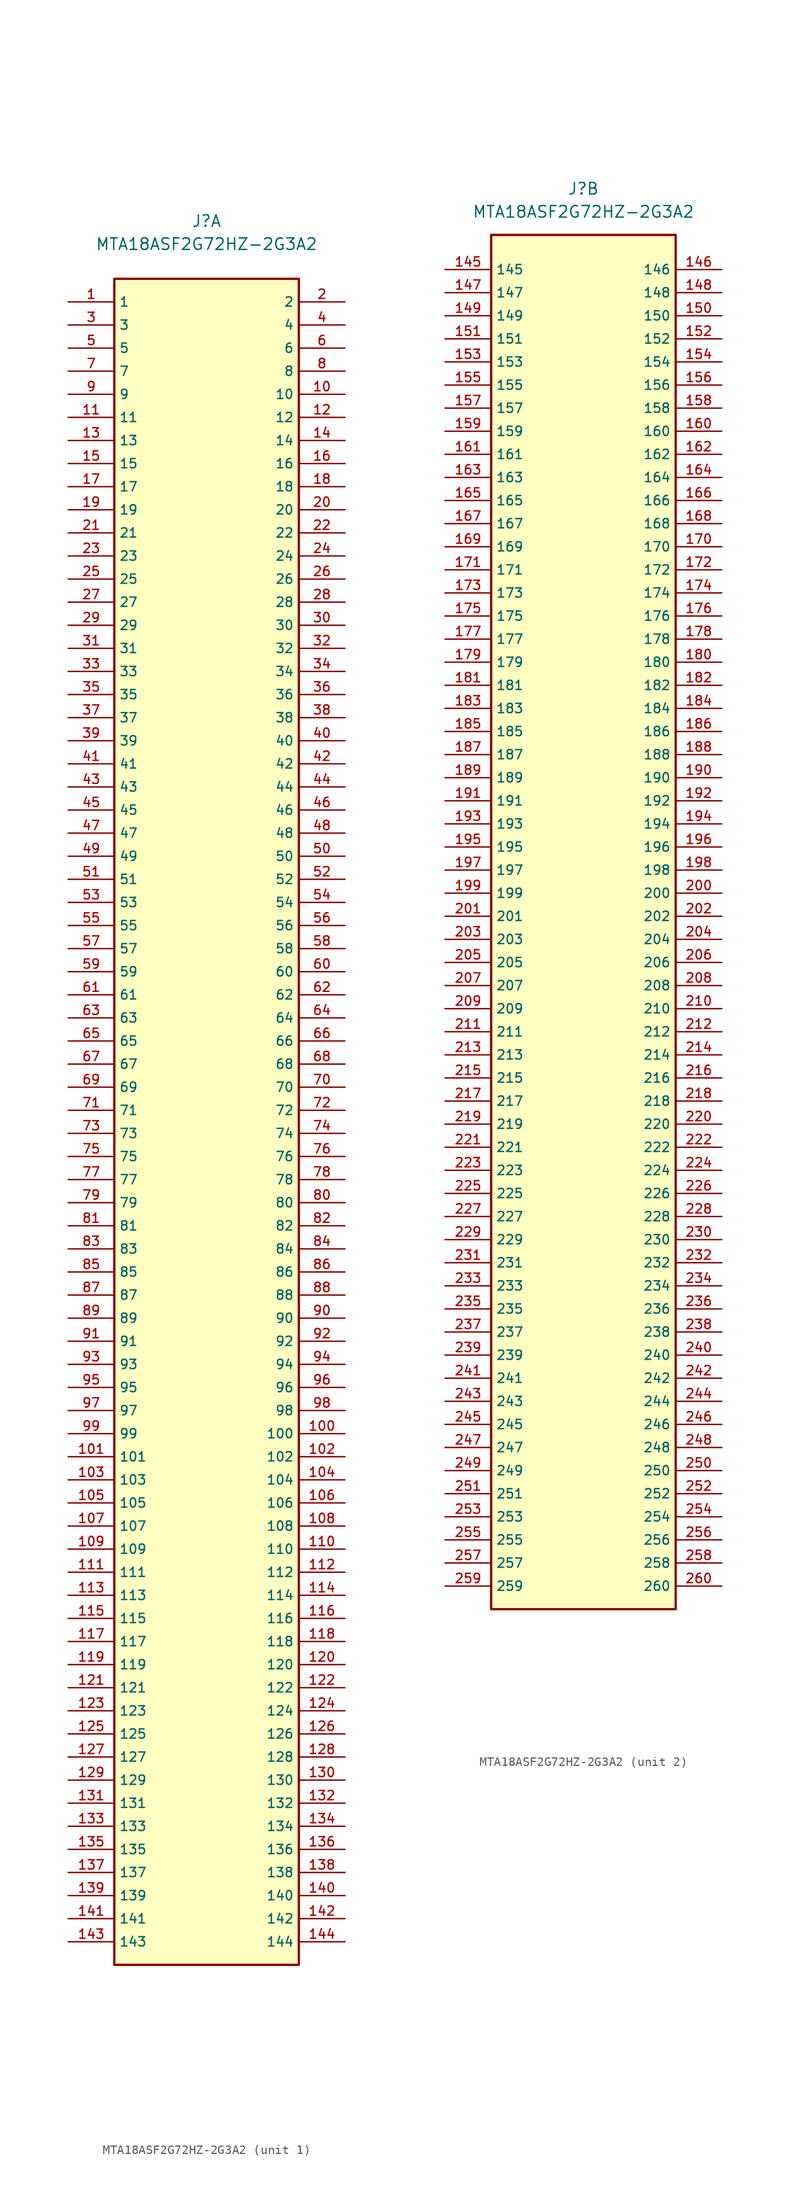
<source format=kicad_sym>
(kicad_symbol_lib
  (version 20211014)
  (generator kicad_symbol_editor)
  (symbol "MTA18ASF2G72HZ-2G3A2"
    (property "Reference" "J"
      (at 0 77.47 0)
      (effects (font (size 1.27 1.27))))
    (property "Value" "MTA18ASF2G72HZ-2G3A2"
      (at 0 74.93 0)
      (effects (font (size 1.27 1.27))))
    (symbol "MTA18ASF2G72HZ-2G3A2_1_0"
      (rectangle (start -10.16 71.12) (end 10.16 -114.3) (stroke (width 0.254) (type default) (color 0 0 0 0)) (fill (type background)))
      (pin passive line (at -15.24 68.58 0) (length 5.08) (name "1" (effects (font (size 1.016 1.016)))) (number "1" (effects (font (size 1.016 1.016)))))
      (pin passive line (at 15.24 58.42 180) (length 5.08) (name "10" (effects (font (size 1.016 1.016)))) (number "10" (effects (font (size 1.016 1.016)))))
      (pin passive line (at 15.24 -55.88 180) (length 5.08) (name "100" (effects (font (size 1.016 1.016)))) (number "100" (effects (font (size 1.016 1.016)))))
      (pin passive line (at -15.24 -58.42 0) (length 5.08) (name "101" (effects (font (size 1.016 1.016)))) (number "101" (effects (font (size 1.016 1.016)))))
      (pin passive line (at 15.24 -58.42 180) (length 5.08) (name "102" (effects (font (size 1.016 1.016)))) (number "102" (effects (font (size 1.016 1.016)))))
      (pin passive line (at -15.24 -60.96 0) (length 5.08) (name "103" (effects (font (size 1.016 1.016)))) (number "103" (effects (font (size 1.016 1.016)))))
      (pin passive line (at 15.24 -60.96 180) (length 5.08) (name "104" (effects (font (size 1.016 1.016)))) (number "104" (effects (font (size 1.016 1.016)))))
      (pin passive line (at -15.24 -63.5 0) (length 5.08) (name "105" (effects (font (size 1.016 1.016)))) (number "105" (effects (font (size 1.016 1.016)))))
      (pin passive line (at 15.24 -63.5 180) (length 5.08) (name "106" (effects (font (size 1.016 1.016)))) (number "106" (effects (font (size 1.016 1.016)))))
      (pin passive line (at -15.24 -66.04 0) (length 5.08) (name "107" (effects (font (size 1.016 1.016)))) (number "107" (effects (font (size 1.016 1.016)))))
      (pin passive line (at 15.24 -66.04 180) (length 5.08) (name "108" (effects (font (size 1.016 1.016)))) (number "108" (effects (font (size 1.016 1.016)))))
      (pin passive line (at -15.24 -68.58 0) (length 5.08) (name "109" (effects (font (size 1.016 1.016)))) (number "109" (effects (font (size 1.016 1.016)))))
      (pin passive line (at -15.24 55.88 0) (length 5.08) (name "11" (effects (font (size 1.016 1.016)))) (number "11" (effects (font (size 1.016 1.016)))))
      (pin passive line (at 15.24 -68.58 180) (length 5.08) (name "110" (effects (font (size 1.016 1.016)))) (number "110" (effects (font (size 1.016 1.016)))))
      (pin passive line (at -15.24 -71.12 0) (length 5.08) (name "111" (effects (font (size 1.016 1.016)))) (number "111" (effects (font (size 1.016 1.016)))))
      (pin passive line (at 15.24 -71.12 180) (length 5.08) (name "112" (effects (font (size 1.016 1.016)))) (number "112" (effects (font (size 1.016 1.016)))))
      (pin passive line (at -15.24 -73.66 0) (length 5.08) (name "113" (effects (font (size 1.016 1.016)))) (number "113" (effects (font (size 1.016 1.016)))))
      (pin passive line (at 15.24 -73.66 180) (length 5.08) (name "114" (effects (font (size 1.016 1.016)))) (number "114" (effects (font (size 1.016 1.016)))))
      (pin passive line (at -15.24 -76.2 0) (length 5.08) (name "115" (effects (font (size 1.016 1.016)))) (number "115" (effects (font (size 1.016 1.016)))))
      (pin passive line (at 15.24 -76.2 180) (length 5.08) (name "116" (effects (font (size 1.016 1.016)))) (number "116" (effects (font (size 1.016 1.016)))))
      (pin passive line (at -15.24 -78.74 0) (length 5.08) (name "117" (effects (font (size 1.016 1.016)))) (number "117" (effects (font (size 1.016 1.016)))))
      (pin passive line (at 15.24 -78.74 180) (length 5.08) (name "118" (effects (font (size 1.016 1.016)))) (number "118" (effects (font (size 1.016 1.016)))))
      (pin passive line (at -15.24 -81.28 0) (length 5.08) (name "119" (effects (font (size 1.016 1.016)))) (number "119" (effects (font (size 1.016 1.016)))))
      (pin passive line (at 15.24 55.88 180) (length 5.08) (name "12" (effects (font (size 1.016 1.016)))) (number "12" (effects (font (size 1.016 1.016)))))
      (pin passive line (at 15.24 -81.28 180) (length 5.08) (name "120" (effects (font (size 1.016 1.016)))) (number "120" (effects (font (size 1.016 1.016)))))
      (pin passive line (at -15.24 -83.82 0) (length 5.08) (name "121" (effects (font (size 1.016 1.016)))) (number "121" (effects (font (size 1.016 1.016)))))
      (pin passive line (at 15.24 -83.82 180) (length 5.08) (name "122" (effects (font (size 1.016 1.016)))) (number "122" (effects (font (size 1.016 1.016)))))
      (pin passive line (at -15.24 -86.36 0) (length 5.08) (name "123" (effects (font (size 1.016 1.016)))) (number "123" (effects (font (size 1.016 1.016)))))
      (pin passive line (at 15.24 -86.36 180) (length 5.08) (name "124" (effects (font (size 1.016 1.016)))) (number "124" (effects (font (size 1.016 1.016)))))
      (pin passive line (at -15.24 -88.9 0) (length 5.08) (name "125" (effects (font (size 1.016 1.016)))) (number "125" (effects (font (size 1.016 1.016)))))
      (pin passive line (at 15.24 -88.9 180) (length 5.08) (name "126" (effects (font (size 1.016 1.016)))) (number "126" (effects (font (size 1.016 1.016)))))
      (pin passive line (at -15.24 -91.44 0) (length 5.08) (name "127" (effects (font (size 1.016 1.016)))) (number "127" (effects (font (size 1.016 1.016)))))
      (pin passive line (at 15.24 -91.44 180) (length 5.08) (name "128" (effects (font (size 1.016 1.016)))) (number "128" (effects (font (size 1.016 1.016)))))
      (pin passive line (at -15.24 -93.98 0) (length 5.08) (name "129" (effects (font (size 1.016 1.016)))) (number "129" (effects (font (size 1.016 1.016)))))
      (pin passive line (at -15.24 53.34 0) (length 5.08) (name "13" (effects (font (size 1.016 1.016)))) (number "13" (effects (font (size 1.016 1.016)))))
      (pin passive line (at 15.24 -93.98 180) (length 5.08) (name "130" (effects (font (size 1.016 1.016)))) (number "130" (effects (font (size 1.016 1.016)))))
      (pin passive line (at -15.24 -96.52 0) (length 5.08) (name "131" (effects (font (size 1.016 1.016)))) (number "131" (effects (font (size 1.016 1.016)))))
      (pin passive line (at 15.24 -96.52 180) (length 5.08) (name "132" (effects (font (size 1.016 1.016)))) (number "132" (effects (font (size 1.016 1.016)))))
      (pin passive line (at -15.24 -99.06 0) (length 5.08) (name "133" (effects (font (size 1.016 1.016)))) (number "133" (effects (font (size 1.016 1.016)))))
      (pin passive line (at 15.24 -99.06 180) (length 5.08) (name "134" (effects (font (size 1.016 1.016)))) (number "134" (effects (font (size 1.016 1.016)))))
      (pin passive line (at -15.24 -101.6 0) (length 5.08) (name "135" (effects (font (size 1.016 1.016)))) (number "135" (effects (font (size 1.016 1.016)))))
      (pin passive line (at 15.24 -101.6 180) (length 5.08) (name "136" (effects (font (size 1.016 1.016)))) (number "136" (effects (font (size 1.016 1.016)))))
      (pin passive line (at -15.24 -104.14 0) (length 5.08) (name "137" (effects (font (size 1.016 1.016)))) (number "137" (effects (font (size 1.016 1.016)))))
      (pin passive line (at 15.24 -104.14 180) (length 5.08) (name "138" (effects (font (size 1.016 1.016)))) (number "138" (effects (font (size 1.016 1.016)))))
      (pin passive line (at -15.24 -106.68 0) (length 5.08) (name "139" (effects (font (size 1.016 1.016)))) (number "139" (effects (font (size 1.016 1.016)))))
      (pin passive line (at 15.24 53.34 180) (length 5.08) (name "14" (effects (font (size 1.016 1.016)))) (number "14" (effects (font (size 1.016 1.016)))))
      (pin passive line (at 15.24 -106.68 180) (length 5.08) (name "140" (effects (font (size 1.016 1.016)))) (number "140" (effects (font (size 1.016 1.016)))))
      (pin passive line (at -15.24 -109.22 0) (length 5.08) (name "141" (effects (font (size 1.016 1.016)))) (number "141" (effects (font (size 1.016 1.016)))))
      (pin passive line (at 15.24 -109.22 180) (length 5.08) (name "142" (effects (font (size 1.016 1.016)))) (number "142" (effects (font (size 1.016 1.016)))))
      (pin passive line (at -15.24 -111.76 0) (length 5.08) (name "143" (effects (font (size 1.016 1.016)))) (number "143" (effects (font (size 1.016 1.016)))))
      (pin passive line (at 15.24 -111.76 180) (length 5.08) (name "144" (effects (font (size 1.016 1.016)))) (number "144" (effects (font (size 1.016 1.016)))))
      (pin passive line (at -15.24 50.8 0) (length 5.08) (name "15" (effects (font (size 1.016 1.016)))) (number "15" (effects (font (size 1.016 1.016)))))
      (pin passive line (at 15.24 50.8 180) (length 5.08) (name "16" (effects (font (size 1.016 1.016)))) (number "16" (effects (font (size 1.016 1.016)))))
      (pin passive line (at -15.24 48.26 0) (length 5.08) (name "17" (effects (font (size 1.016 1.016)))) (number "17" (effects (font (size 1.016 1.016)))))
      (pin passive line (at 15.24 48.26 180) (length 5.08) (name "18" (effects (font (size 1.016 1.016)))) (number "18" (effects (font (size 1.016 1.016)))))
      (pin passive line (at -15.24 45.72 0) (length 5.08) (name "19" (effects (font (size 1.016 1.016)))) (number "19" (effects (font (size 1.016 1.016)))))
      (pin passive line (at 15.24 68.58 180) (length 5.08) (name "2" (effects (font (size 1.016 1.016)))) (number "2" (effects (font (size 1.016 1.016)))))
      (pin passive line (at 15.24 45.72 180) (length 5.08) (name "20" (effects (font (size 1.016 1.016)))) (number "20" (effects (font (size 1.016 1.016)))))
      (pin passive line (at -15.24 43.18 0) (length 5.08) (name "21" (effects (font (size 1.016 1.016)))) (number "21" (effects (font (size 1.016 1.016)))))
      (pin passive line (at 15.24 43.18 180) (length 5.08) (name "22" (effects (font (size 1.016 1.016)))) (number "22" (effects (font (size 1.016 1.016)))))
      (pin passive line (at -15.24 40.64 0) (length 5.08) (name "23" (effects (font (size 1.016 1.016)))) (number "23" (effects (font (size 1.016 1.016)))))
      (pin passive line (at 15.24 40.64 180) (length 5.08) (name "24" (effects (font (size 1.016 1.016)))) (number "24" (effects (font (size 1.016 1.016)))))
      (pin passive line (at -15.24 38.1 0) (length 5.08) (name "25" (effects (font (size 1.016 1.016)))) (number "25" (effects (font (size 1.016 1.016)))))
      (pin passive line (at 15.24 38.1 180) (length 5.08) (name "26" (effects (font (size 1.016 1.016)))) (number "26" (effects (font (size 1.016 1.016)))))
      (pin passive line (at -15.24 35.56 0) (length 5.08) (name "27" (effects (font (size 1.016 1.016)))) (number "27" (effects (font (size 1.016 1.016)))))
      (pin passive line (at 15.24 35.56 180) (length 5.08) (name "28" (effects (font (size 1.016 1.016)))) (number "28" (effects (font (size 1.016 1.016)))))
      (pin passive line (at -15.24 33.02 0) (length 5.08) (name "29" (effects (font (size 1.016 1.016)))) (number "29" (effects (font (size 1.016 1.016)))))
      (pin passive line (at -15.24 66.04 0) (length 5.08) (name "3" (effects (font (size 1.016 1.016)))) (number "3" (effects (font (size 1.016 1.016)))))
      (pin passive line (at 15.24 33.02 180) (length 5.08) (name "30" (effects (font (size 1.016 1.016)))) (number "30" (effects (font (size 1.016 1.016)))))
      (pin passive line (at -15.24 30.48 0) (length 5.08) (name "31" (effects (font (size 1.016 1.016)))) (number "31" (effects (font (size 1.016 1.016)))))
      (pin passive line (at 15.24 30.48 180) (length 5.08) (name "32" (effects (font (size 1.016 1.016)))) (number "32" (effects (font (size 1.016 1.016)))))
      (pin passive line (at -15.24 27.94 0) (length 5.08) (name "33" (effects (font (size 1.016 1.016)))) (number "33" (effects (font (size 1.016 1.016)))))
      (pin passive line (at 15.24 27.94 180) (length 5.08) (name "34" (effects (font (size 1.016 1.016)))) (number "34" (effects (font (size 1.016 1.016)))))
      (pin passive line (at -15.24 25.4 0) (length 5.08) (name "35" (effects (font (size 1.016 1.016)))) (number "35" (effects (font (size 1.016 1.016)))))
      (pin passive line (at 15.24 25.4 180) (length 5.08) (name "36" (effects (font (size 1.016 1.016)))) (number "36" (effects (font (size 1.016 1.016)))))
      (pin passive line (at -15.24 22.86 0) (length 5.08) (name "37" (effects (font (size 1.016 1.016)))) (number "37" (effects (font (size 1.016 1.016)))))
      (pin passive line (at 15.24 22.86 180) (length 5.08) (name "38" (effects (font (size 1.016 1.016)))) (number "38" (effects (font (size 1.016 1.016)))))
      (pin passive line (at -15.24 20.32 0) (length 5.08) (name "39" (effects (font (size 1.016 1.016)))) (number "39" (effects (font (size 1.016 1.016)))))
      (pin passive line (at 15.24 66.04 180) (length 5.08) (name "4" (effects (font (size 1.016 1.016)))) (number "4" (effects (font (size 1.016 1.016)))))
      (pin passive line (at 15.24 20.32 180) (length 5.08) (name "40" (effects (font (size 1.016 1.016)))) (number "40" (effects (font (size 1.016 1.016)))))
      (pin passive line (at -15.24 17.78 0) (length 5.08) (name "41" (effects (font (size 1.016 1.016)))) (number "41" (effects (font (size 1.016 1.016)))))
      (pin passive line (at 15.24 17.78 180) (length 5.08) (name "42" (effects (font (size 1.016 1.016)))) (number "42" (effects (font (size 1.016 1.016)))))
      (pin passive line (at -15.24 15.24 0) (length 5.08) (name "43" (effects (font (size 1.016 1.016)))) (number "43" (effects (font (size 1.016 1.016)))))
      (pin passive line (at 15.24 15.24 180) (length 5.08) (name "44" (effects (font (size 1.016 1.016)))) (number "44" (effects (font (size 1.016 1.016)))))
      (pin passive line (at -15.24 12.7 0) (length 5.08) (name "45" (effects (font (size 1.016 1.016)))) (number "45" (effects (font (size 1.016 1.016)))))
      (pin passive line (at 15.24 12.7 180) (length 5.08) (name "46" (effects (font (size 1.016 1.016)))) (number "46" (effects (font (size 1.016 1.016)))))
      (pin passive line (at -15.24 10.16 0) (length 5.08) (name "47" (effects (font (size 1.016 1.016)))) (number "47" (effects (font (size 1.016 1.016)))))
      (pin passive line (at 15.24 10.16 180) (length 5.08) (name "48" (effects (font (size 1.016 1.016)))) (number "48" (effects (font (size 1.016 1.016)))))
      (pin passive line (at -15.24 7.62 0) (length 5.08) (name "49" (effects (font (size 1.016 1.016)))) (number "49" (effects (font (size 1.016 1.016)))))
      (pin passive line (at -15.24 63.5 0) (length 5.08) (name "5" (effects (font (size 1.016 1.016)))) (number "5" (effects (font (size 1.016 1.016)))))
      (pin passive line (at 15.24 7.62 180) (length 5.08) (name "50" (effects (font (size 1.016 1.016)))) (number "50" (effects (font (size 1.016 1.016)))))
      (pin passive line (at -15.24 5.08 0) (length 5.08) (name "51" (effects (font (size 1.016 1.016)))) (number "51" (effects (font (size 1.016 1.016)))))
      (pin passive line (at 15.24 5.08 180) (length 5.08) (name "52" (effects (font (size 1.016 1.016)))) (number "52" (effects (font (size 1.016 1.016)))))
      (pin passive line (at -15.24 2.54 0) (length 5.08) (name "53" (effects (font (size 1.016 1.016)))) (number "53" (effects (font (size 1.016 1.016)))))
      (pin passive line (at 15.24 2.54 180) (length 5.08) (name "54" (effects (font (size 1.016 1.016)))) (number "54" (effects (font (size 1.016 1.016)))))
      (pin passive line (at -15.24 0 0) (length 5.08) (name "55" (effects (font (size 1.016 1.016)))) (number "55" (effects (font (size 1.016 1.016)))))
      (pin passive line (at 15.24 0 180) (length 5.08) (name "56" (effects (font (size 1.016 1.016)))) (number "56" (effects (font (size 1.016 1.016)))))
      (pin passive line (at -15.24 -2.54 0) (length 5.08) (name "57" (effects (font (size 1.016 1.016)))) (number "57" (effects (font (size 1.016 1.016)))))
      (pin passive line (at 15.24 -2.54 180) (length 5.08) (name "58" (effects (font (size 1.016 1.016)))) (number "58" (effects (font (size 1.016 1.016)))))
      (pin passive line (at -15.24 -5.08 0) (length 5.08) (name "59" (effects (font (size 1.016 1.016)))) (number "59" (effects (font (size 1.016 1.016)))))
      (pin passive line (at 15.24 63.5 180) (length 5.08) (name "6" (effects (font (size 1.016 1.016)))) (number "6" (effects (font (size 1.016 1.016)))))
      (pin passive line (at 15.24 -5.08 180) (length 5.08) (name "60" (effects (font (size 1.016 1.016)))) (number "60" (effects (font (size 1.016 1.016)))))
      (pin passive line (at -15.24 -7.62 0) (length 5.08) (name "61" (effects (font (size 1.016 1.016)))) (number "61" (effects (font (size 1.016 1.016)))))
      (pin passive line (at 15.24 -7.62 180) (length 5.08) (name "62" (effects (font (size 1.016 1.016)))) (number "62" (effects (font (size 1.016 1.016)))))
      (pin passive line (at -15.24 -10.16 0) (length 5.08) (name "63" (effects (font (size 1.016 1.016)))) (number "63" (effects (font (size 1.016 1.016)))))
      (pin passive line (at 15.24 -10.16 180) (length 5.08) (name "64" (effects (font (size 1.016 1.016)))) (number "64" (effects (font (size 1.016 1.016)))))
      (pin passive line (at -15.24 -12.7 0) (length 5.08) (name "65" (effects (font (size 1.016 1.016)))) (number "65" (effects (font (size 1.016 1.016)))))
      (pin passive line (at 15.24 -12.7 180) (length 5.08) (name "66" (effects (font (size 1.016 1.016)))) (number "66" (effects (font (size 1.016 1.016)))))
      (pin passive line (at -15.24 -15.24 0) (length 5.08) (name "67" (effects (font (size 1.016 1.016)))) (number "67" (effects (font (size 1.016 1.016)))))
      (pin passive line (at 15.24 -15.24 180) (length 5.08) (name "68" (effects (font (size 1.016 1.016)))) (number "68" (effects (font (size 1.016 1.016)))))
      (pin passive line (at -15.24 -17.78 0) (length 5.08) (name "69" (effects (font (size 1.016 1.016)))) (number "69" (effects (font (size 1.016 1.016)))))
      (pin passive line (at -15.24 60.96 0) (length 5.08) (name "7" (effects (font (size 1.016 1.016)))) (number "7" (effects (font (size 1.016 1.016)))))
      (pin passive line (at 15.24 -17.78 180) (length 5.08) (name "70" (effects (font (size 1.016 1.016)))) (number "70" (effects (font (size 1.016 1.016)))))
      (pin passive line (at -15.24 -20.32 0) (length 5.08) (name "71" (effects (font (size 1.016 1.016)))) (number "71" (effects (font (size 1.016 1.016)))))
      (pin passive line (at 15.24 -20.32 180) (length 5.08) (name "72" (effects (font (size 1.016 1.016)))) (number "72" (effects (font (size 1.016 1.016)))))
      (pin passive line (at -15.24 -22.86 0) (length 5.08) (name "73" (effects (font (size 1.016 1.016)))) (number "73" (effects (font (size 1.016 1.016)))))
      (pin passive line (at 15.24 -22.86 180) (length 5.08) (name "74" (effects (font (size 1.016 1.016)))) (number "74" (effects (font (size 1.016 1.016)))))
      (pin passive line (at -15.24 -25.4 0) (length 5.08) (name "75" (effects (font (size 1.016 1.016)))) (number "75" (effects (font (size 1.016 1.016)))))
      (pin passive line (at 15.24 -25.4 180) (length 5.08) (name "76" (effects (font (size 1.016 1.016)))) (number "76" (effects (font (size 1.016 1.016)))))
      (pin passive line (at -15.24 -27.94 0) (length 5.08) (name "77" (effects (font (size 1.016 1.016)))) (number "77" (effects (font (size 1.016 1.016)))))
      (pin passive line (at 15.24 -27.94 180) (length 5.08) (name "78" (effects (font (size 1.016 1.016)))) (number "78" (effects (font (size 1.016 1.016)))))
      (pin passive line (at -15.24 -30.48 0) (length 5.08) (name "79" (effects (font (size 1.016 1.016)))) (number "79" (effects (font (size 1.016 1.016)))))
      (pin passive line (at 15.24 60.96 180) (length 5.08) (name "8" (effects (font (size 1.016 1.016)))) (number "8" (effects (font (size 1.016 1.016)))))
      (pin passive line (at 15.24 -30.48 180) (length 5.08) (name "80" (effects (font (size 1.016 1.016)))) (number "80" (effects (font (size 1.016 1.016)))))
      (pin passive line (at -15.24 -33.02 0) (length 5.08) (name "81" (effects (font (size 1.016 1.016)))) (number "81" (effects (font (size 1.016 1.016)))))
      (pin passive line (at 15.24 -33.02 180) (length 5.08) (name "82" (effects (font (size 1.016 1.016)))) (number "82" (effects (font (size 1.016 1.016)))))
      (pin passive line (at -15.24 -35.56 0) (length 5.08) (name "83" (effects (font (size 1.016 1.016)))) (number "83" (effects (font (size 1.016 1.016)))))
      (pin passive line (at 15.24 -35.56 180) (length 5.08) (name "84" (effects (font (size 1.016 1.016)))) (number "84" (effects (font (size 1.016 1.016)))))
      (pin passive line (at -15.24 -38.1 0) (length 5.08) (name "85" (effects (font (size 1.016 1.016)))) (number "85" (effects (font (size 1.016 1.016)))))
      (pin passive line (at 15.24 -38.1 180) (length 5.08) (name "86" (effects (font (size 1.016 1.016)))) (number "86" (effects (font (size 1.016 1.016)))))
      (pin passive line (at -15.24 -40.64 0) (length 5.08) (name "87" (effects (font (size 1.016 1.016)))) (number "87" (effects (font (size 1.016 1.016)))))
      (pin passive line (at 15.24 -40.64 180) (length 5.08) (name "88" (effects (font (size 1.016 1.016)))) (number "88" (effects (font (size 1.016 1.016)))))
      (pin passive line (at -15.24 -43.18 0) (length 5.08) (name "89" (effects (font (size 1.016 1.016)))) (number "89" (effects (font (size 1.016 1.016)))))
      (pin passive line (at -15.24 58.42 0) (length 5.08) (name "9" (effects (font (size 1.016 1.016)))) (number "9" (effects (font (size 1.016 1.016)))))
      (pin passive line (at 15.24 -43.18 180) (length 5.08) (name "90" (effects (font (size 1.016 1.016)))) (number "90" (effects (font (size 1.016 1.016)))))
      (pin passive line (at -15.24 -45.72 0) (length 5.08) (name "91" (effects (font (size 1.016 1.016)))) (number "91" (effects (font (size 1.016 1.016)))))
      (pin passive line (at 15.24 -45.72 180) (length 5.08) (name "92" (effects (font (size 1.016 1.016)))) (number "92" (effects (font (size 1.016 1.016)))))
      (pin passive line (at -15.24 -48.26 0) (length 5.08) (name "93" (effects (font (size 1.016 1.016)))) (number "93" (effects (font (size 1.016 1.016)))))
      (pin passive line (at 15.24 -48.26 180) (length 5.08) (name "94" (effects (font (size 1.016 1.016)))) (number "94" (effects (font (size 1.016 1.016)))))
      (pin passive line (at -15.24 -50.8 0) (length 5.08) (name "95" (effects (font (size 1.016 1.016)))) (number "95" (effects (font (size 1.016 1.016)))))
      (pin passive line (at 15.24 -50.8 180) (length 5.08) (name "96" (effects (font (size 1.016 1.016)))) (number "96" (effects (font (size 1.016 1.016)))))
      (pin passive line (at -15.24 -53.34 0) (length 5.08) (name "97" (effects (font (size 1.016 1.016)))) (number "97" (effects (font (size 1.016 1.016)))))
      (pin passive line (at 15.24 -53.34 180) (length 5.08) (name "98" (effects (font (size 1.016 1.016)))) (number "98" (effects (font (size 1.016 1.016)))))
      (pin passive line (at -15.24 -55.88 0) (length 5.08) (name "99" (effects (font (size 1.016 1.016)))) (number "99" (effects (font (size 1.016 1.016))))))
    (symbol "MTA18ASF2G72HZ-2G3A2_2_0"
      (rectangle (start -10.16 72.39) (end 10.16 -78.74) (stroke (width 0.254) (type default) (color 0 0 0 0)) (fill (type background)))
      (pin passive line (at -15.24 68.58 0) (length 5.08) (name "145" (effects (font (size 1.016 1.016)))) (number "145" (effects (font (size 1.016 1.016)))))
      (pin passive line (at 15.24 68.58 180) (length 5.08) (name "146" (effects (font (size 1.016 1.016)))) (number "146" (effects (font (size 1.016 1.016)))))
      (pin passive line (at -15.24 66.04 0) (length 5.08) (name "147" (effects (font (size 1.016 1.016)))) (number "147" (effects (font (size 1.016 1.016)))))
      (pin passive line (at 15.24 66.04 180) (length 5.08) (name "148" (effects (font (size 1.016 1.016)))) (number "148" (effects (font (size 1.016 1.016)))))
      (pin passive line (at -15.24 63.5 0) (length 5.08) (name "149" (effects (font (size 1.016 1.016)))) (number "149" (effects (font (size 1.016 1.016)))))
      (pin passive line (at 15.24 63.5 180) (length 5.08) (name "150" (effects (font (size 1.016 1.016)))) (number "150" (effects (font (size 1.016 1.016)))))
      (pin passive line (at -15.24 60.96 0) (length 5.08) (name "151" (effects (font (size 1.016 1.016)))) (number "151" (effects (font (size 1.016 1.016)))))
      (pin passive line (at 15.24 60.96 180) (length 5.08) (name "152" (effects (font (size 1.016 1.016)))) (number "152" (effects (font (size 1.016 1.016)))))
      (pin passive line (at -15.24 58.42 0) (length 5.08) (name "153" (effects (font (size 1.016 1.016)))) (number "153" (effects (font (size 1.016 1.016)))))
      (pin passive line (at 15.24 58.42 180) (length 5.08) (name "154" (effects (font (size 1.016 1.016)))) (number "154" (effects (font (size 1.016 1.016)))))
      (pin passive line (at -15.24 55.88 0) (length 5.08) (name "155" (effects (font (size 1.016 1.016)))) (number "155" (effects (font (size 1.016 1.016)))))
      (pin passive line (at 15.24 55.88 180) (length 5.08) (name "156" (effects (font (size 1.016 1.016)))) (number "156" (effects (font (size 1.016 1.016)))))
      (pin passive line (at -15.24 53.34 0) (length 5.08) (name "157" (effects (font (size 1.016 1.016)))) (number "157" (effects (font (size 1.016 1.016)))))
      (pin passive line (at 15.24 53.34 180) (length 5.08) (name "158" (effects (font (size 1.016 1.016)))) (number "158" (effects (font (size 1.016 1.016)))))
      (pin passive line (at -15.24 50.8 0) (length 5.08) (name "159" (effects (font (size 1.016 1.016)))) (number "159" (effects (font (size 1.016 1.016)))))
      (pin passive line (at 15.24 50.8 180) (length 5.08) (name "160" (effects (font (size 1.016 1.016)))) (number "160" (effects (font (size 1.016 1.016)))))
      (pin passive line (at -15.24 48.26 0) (length 5.08) (name "161" (effects (font (size 1.016 1.016)))) (number "161" (effects (font (size 1.016 1.016)))))
      (pin passive line (at 15.24 48.26 180) (length 5.08) (name "162" (effects (font (size 1.016 1.016)))) (number "162" (effects (font (size 1.016 1.016)))))
      (pin passive line (at -15.24 45.72 0) (length 5.08) (name "163" (effects (font (size 1.016 1.016)))) (number "163" (effects (font (size 1.016 1.016)))))
      (pin passive line (at 15.24 45.72 180) (length 5.08) (name "164" (effects (font (size 1.016 1.016)))) (number "164" (effects (font (size 1.016 1.016)))))
      (pin passive line (at -15.24 43.18 0) (length 5.08) (name "165" (effects (font (size 1.016 1.016)))) (number "165" (effects (font (size 1.016 1.016)))))
      (pin passive line (at 15.24 43.18 180) (length 5.08) (name "166" (effects (font (size 1.016 1.016)))) (number "166" (effects (font (size 1.016 1.016)))))
      (pin passive line (at -15.24 40.64 0) (length 5.08) (name "167" (effects (font (size 1.016 1.016)))) (number "167" (effects (font (size 1.016 1.016)))))
      (pin passive line (at 15.24 40.64 180) (length 5.08) (name "168" (effects (font (size 1.016 1.016)))) (number "168" (effects (font (size 1.016 1.016)))))
      (pin passive line (at -15.24 38.1 0) (length 5.08) (name "169" (effects (font (size 1.016 1.016)))) (number "169" (effects (font (size 1.016 1.016)))))
      (pin passive line (at 15.24 38.1 180) (length 5.08) (name "170" (effects (font (size 1.016 1.016)))) (number "170" (effects (font (size 1.016 1.016)))))
      (pin passive line (at -15.24 35.56 0) (length 5.08) (name "171" (effects (font (size 1.016 1.016)))) (number "171" (effects (font (size 1.016 1.016)))))
      (pin passive line (at 15.24 35.56 180) (length 5.08) (name "172" (effects (font (size 1.016 1.016)))) (number "172" (effects (font (size 1.016 1.016)))))
      (pin passive line (at -15.24 33.02 0) (length 5.08) (name "173" (effects (font (size 1.016 1.016)))) (number "173" (effects (font (size 1.016 1.016)))))
      (pin passive line (at 15.24 33.02 180) (length 5.08) (name "174" (effects (font (size 1.016 1.016)))) (number "174" (effects (font (size 1.016 1.016)))))
      (pin passive line (at -15.24 30.48 0) (length 5.08) (name "175" (effects (font (size 1.016 1.016)))) (number "175" (effects (font (size 1.016 1.016)))))
      (pin passive line (at 15.24 30.48 180) (length 5.08) (name "176" (effects (font (size 1.016 1.016)))) (number "176" (effects (font (size 1.016 1.016)))))
      (pin passive line (at -15.24 27.94 0) (length 5.08) (name "177" (effects (font (size 1.016 1.016)))) (number "177" (effects (font (size 1.016 1.016)))))
      (pin passive line (at 15.24 27.94 180) (length 5.08) (name "178" (effects (font (size 1.016 1.016)))) (number "178" (effects (font (size 1.016 1.016)))))
      (pin passive line (at -15.24 25.4 0) (length 5.08) (name "179" (effects (font (size 1.016 1.016)))) (number "179" (effects (font (size 1.016 1.016)))))
      (pin passive line (at 15.24 25.4 180) (length 5.08) (name "180" (effects (font (size 1.016 1.016)))) (number "180" (effects (font (size 1.016 1.016)))))
      (pin passive line (at -15.24 22.86 0) (length 5.08) (name "181" (effects (font (size 1.016 1.016)))) (number "181" (effects (font (size 1.016 1.016)))))
      (pin passive line (at 15.24 22.86 180) (length 5.08) (name "182" (effects (font (size 1.016 1.016)))) (number "182" (effects (font (size 1.016 1.016)))))
      (pin passive line (at -15.24 20.32 0) (length 5.08) (name "183" (effects (font (size 1.016 1.016)))) (number "183" (effects (font (size 1.016 1.016)))))
      (pin passive line (at 15.24 20.32 180) (length 5.08) (name "184" (effects (font (size 1.016 1.016)))) (number "184" (effects (font (size 1.016 1.016)))))
      (pin passive line (at -15.24 17.78 0) (length 5.08) (name "185" (effects (font (size 1.016 1.016)))) (number "185" (effects (font (size 1.016 1.016)))))
      (pin passive line (at 15.24 17.78 180) (length 5.08) (name "186" (effects (font (size 1.016 1.016)))) (number "186" (effects (font (size 1.016 1.016)))))
      (pin passive line (at -15.24 15.24 0) (length 5.08) (name "187" (effects (font (size 1.016 1.016)))) (number "187" (effects (font (size 1.016 1.016)))))
      (pin passive line (at 15.24 15.24 180) (length 5.08) (name "188" (effects (font (size 1.016 1.016)))) (number "188" (effects (font (size 1.016 1.016)))))
      (pin passive line (at -15.24 12.7 0) (length 5.08) (name "189" (effects (font (size 1.016 1.016)))) (number "189" (effects (font (size 1.016 1.016)))))
      (pin passive line (at 15.24 12.7 180) (length 5.08) (name "190" (effects (font (size 1.016 1.016)))) (number "190" (effects (font (size 1.016 1.016)))))
      (pin passive line (at -15.24 10.16 0) (length 5.08) (name "191" (effects (font (size 1.016 1.016)))) (number "191" (effects (font (size 1.016 1.016)))))
      (pin passive line (at 15.24 10.16 180) (length 5.08) (name "192" (effects (font (size 1.016 1.016)))) (number "192" (effects (font (size 1.016 1.016)))))
      (pin passive line (at -15.24 7.62 0) (length 5.08) (name "193" (effects (font (size 1.016 1.016)))) (number "193" (effects (font (size 1.016 1.016)))))
      (pin passive line (at 15.24 7.62 180) (length 5.08) (name "194" (effects (font (size 1.016 1.016)))) (number "194" (effects (font (size 1.016 1.016)))))
      (pin passive line (at -15.24 5.08 0) (length 5.08) (name "195" (effects (font (size 1.016 1.016)))) (number "195" (effects (font (size 1.016 1.016)))))
      (pin passive line (at 15.24 5.08 180) (length 5.08) (name "196" (effects (font (size 1.016 1.016)))) (number "196" (effects (font (size 1.016 1.016)))))
      (pin passive line (at -15.24 2.54 0) (length 5.08) (name "197" (effects (font (size 1.016 1.016)))) (number "197" (effects (font (size 1.016 1.016)))))
      (pin passive line (at 15.24 2.54 180) (length 5.08) (name "198" (effects (font (size 1.016 1.016)))) (number "198" (effects (font (size 1.016 1.016)))))
      (pin passive line (at -15.24 0 0) (length 5.08) (name "199" (effects (font (size 1.016 1.016)))) (number "199" (effects (font (size 1.016 1.016)))))
      (pin passive line (at 15.24 0 180) (length 5.08) (name "200" (effects (font (size 1.016 1.016)))) (number "200" (effects (font (size 1.016 1.016)))))
      (pin passive line (at -15.24 -2.54 0) (length 5.08) (name "201" (effects (font (size 1.016 1.016)))) (number "201" (effects (font (size 1.016 1.016)))))
      (pin passive line (at 15.24 -2.54 180) (length 5.08) (name "202" (effects (font (size 1.016 1.016)))) (number "202" (effects (font (size 1.016 1.016)))))
      (pin passive line (at -15.24 -5.08 0) (length 5.08) (name "203" (effects (font (size 1.016 1.016)))) (number "203" (effects (font (size 1.016 1.016)))))
      (pin passive line (at 15.24 -5.08 180) (length 5.08) (name "204" (effects (font (size 1.016 1.016)))) (number "204" (effects (font (size 1.016 1.016)))))
      (pin passive line (at -15.24 -7.62 0) (length 5.08) (name "205" (effects (font (size 1.016 1.016)))) (number "205" (effects (font (size 1.016 1.016)))))
      (pin passive line (at 15.24 -7.62 180) (length 5.08) (name "206" (effects (font (size 1.016 1.016)))) (number "206" (effects (font (size 1.016 1.016)))))
      (pin passive line (at -15.24 -10.16 0) (length 5.08) (name "207" (effects (font (size 1.016 1.016)))) (number "207" (effects (font (size 1.016 1.016)))))
      (pin passive line (at 15.24 -10.16 180) (length 5.08) (name "208" (effects (font (size 1.016 1.016)))) (number "208" (effects (font (size 1.016 1.016)))))
      (pin passive line (at -15.24 -12.7 0) (length 5.08) (name "209" (effects (font (size 1.016 1.016)))) (number "209" (effects (font (size 1.016 1.016)))))
      (pin passive line (at 15.24 -12.7 180) (length 5.08) (name "210" (effects (font (size 1.016 1.016)))) (number "210" (effects (font (size 1.016 1.016)))))
      (pin passive line (at -15.24 -15.24 0) (length 5.08) (name "211" (effects (font (size 1.016 1.016)))) (number "211" (effects (font (size 1.016 1.016)))))
      (pin passive line (at 15.24 -15.24 180) (length 5.08) (name "212" (effects (font (size 1.016 1.016)))) (number "212" (effects (font (size 1.016 1.016)))))
      (pin passive line (at -15.24 -17.78 0) (length 5.08) (name "213" (effects (font (size 1.016 1.016)))) (number "213" (effects (font (size 1.016 1.016)))))
      (pin passive line (at 15.24 -17.78 180) (length 5.08) (name "214" (effects (font (size 1.016 1.016)))) (number "214" (effects (font (size 1.016 1.016)))))
      (pin passive line (at -15.24 -20.32 0) (length 5.08) (name "215" (effects (font (size 1.016 1.016)))) (number "215" (effects (font (size 1.016 1.016)))))
      (pin passive line (at 15.24 -20.32 180) (length 5.08) (name "216" (effects (font (size 1.016 1.016)))) (number "216" (effects (font (size 1.016 1.016)))))
      (pin passive line (at -15.24 -22.86 0) (length 5.08) (name "217" (effects (font (size 1.016 1.016)))) (number "217" (effects (font (size 1.016 1.016)))))
      (pin passive line (at 15.24 -22.86 180) (length 5.08) (name "218" (effects (font (size 1.016 1.016)))) (number "218" (effects (font (size 1.016 1.016)))))
      (pin passive line (at -15.24 -25.4 0) (length 5.08) (name "219" (effects (font (size 1.016 1.016)))) (number "219" (effects (font (size 1.016 1.016)))))
      (pin passive line (at 15.24 -25.4 180) (length 5.08) (name "220" (effects (font (size 1.016 1.016)))) (number "220" (effects (font (size 1.016 1.016)))))
      (pin passive line (at -15.24 -27.94 0) (length 5.08) (name "221" (effects (font (size 1.016 1.016)))) (number "221" (effects (font (size 1.016 1.016)))))
      (pin passive line (at 15.24 -27.94 180) (length 5.08) (name "222" (effects (font (size 1.016 1.016)))) (number "222" (effects (font (size 1.016 1.016)))))
      (pin passive line (at -15.24 -30.48 0) (length 5.08) (name "223" (effects (font (size 1.016 1.016)))) (number "223" (effects (font (size 1.016 1.016)))))
      (pin passive line (at 15.24 -30.48 180) (length 5.08) (name "224" (effects (font (size 1.016 1.016)))) (number "224" (effects (font (size 1.016 1.016)))))
      (pin passive line (at -15.24 -33.02 0) (length 5.08) (name "225" (effects (font (size 1.016 1.016)))) (number "225" (effects (font (size 1.016 1.016)))))
      (pin passive line (at 15.24 -33.02 180) (length 5.08) (name "226" (effects (font (size 1.016 1.016)))) (number "226" (effects (font (size 1.016 1.016)))))
      (pin passive line (at -15.24 -35.56 0) (length 5.08) (name "227" (effects (font (size 1.016 1.016)))) (number "227" (effects (font (size 1.016 1.016)))))
      (pin passive line (at 15.24 -35.56 180) (length 5.08) (name "228" (effects (font (size 1.016 1.016)))) (number "228" (effects (font (size 1.016 1.016)))))
      (pin passive line (at -15.24 -38.1 0) (length 5.08) (name "229" (effects (font (size 1.016 1.016)))) (number "229" (effects (font (size 1.016 1.016)))))
      (pin passive line (at 15.24 -38.1 180) (length 5.08) (name "230" (effects (font (size 1.016 1.016)))) (number "230" (effects (font (size 1.016 1.016)))))
      (pin passive line (at -15.24 -40.64 0) (length 5.08) (name "231" (effects (font (size 1.016 1.016)))) (number "231" (effects (font (size 1.016 1.016)))))
      (pin passive line (at 15.24 -40.64 180) (length 5.08) (name "232" (effects (font (size 1.016 1.016)))) (number "232" (effects (font (size 1.016 1.016)))))
      (pin passive line (at -15.24 -43.18 0) (length 5.08) (name "233" (effects (font (size 1.016 1.016)))) (number "233" (effects (font (size 1.016 1.016)))))
      (pin passive line (at 15.24 -43.18 180) (length 5.08) (name "234" (effects (font (size 1.016 1.016)))) (number "234" (effects (font (size 1.016 1.016)))))
      (pin passive line (at -15.24 -45.72 0) (length 5.08) (name "235" (effects (font (size 1.016 1.016)))) (number "235" (effects (font (size 1.016 1.016)))))
      (pin passive line (at 15.24 -45.72 180) (length 5.08) (name "236" (effects (font (size 1.016 1.016)))) (number "236" (effects (font (size 1.016 1.016)))))
      (pin passive line (at -15.24 -48.26 0) (length 5.08) (name "237" (effects (font (size 1.016 1.016)))) (number "237" (effects (font (size 1.016 1.016)))))
      (pin passive line (at 15.24 -48.26 180) (length 5.08) (name "238" (effects (font (size 1.016 1.016)))) (number "238" (effects (font (size 1.016 1.016)))))
      (pin passive line (at -15.24 -50.8 0) (length 5.08) (name "239" (effects (font (size 1.016 1.016)))) (number "239" (effects (font (size 1.016 1.016)))))
      (pin passive line (at 15.24 -50.8 180) (length 5.08) (name "240" (effects (font (size 1.016 1.016)))) (number "240" (effects (font (size 1.016 1.016)))))
      (pin passive line (at -15.24 -53.34 0) (length 5.08) (name "241" (effects (font (size 1.016 1.016)))) (number "241" (effects (font (size 1.016 1.016)))))
      (pin passive line (at 15.24 -53.34 180) (length 5.08) (name "242" (effects (font (size 1.016 1.016)))) (number "242" (effects (font (size 1.016 1.016)))))
      (pin passive line (at -15.24 -55.88 0) (length 5.08) (name "243" (effects (font (size 1.016 1.016)))) (number "243" (effects (font (size 1.016 1.016)))))
      (pin passive line (at 15.24 -55.88 180) (length 5.08) (name "244" (effects (font (size 1.016 1.016)))) (number "244" (effects (font (size 1.016 1.016)))))
      (pin passive line (at -15.24 -58.42 0) (length 5.08) (name "245" (effects (font (size 1.016 1.016)))) (number "245" (effects (font (size 1.016 1.016)))))
      (pin passive line (at 15.24 -58.42 180) (length 5.08) (name "246" (effects (font (size 1.016 1.016)))) (number "246" (effects (font (size 1.016 1.016)))))
      (pin passive line (at -15.24 -60.96 0) (length 5.08) (name "247" (effects (font (size 1.016 1.016)))) (number "247" (effects (font (size 1.016 1.016)))))
      (pin passive line (at 15.24 -60.96 180) (length 5.08) (name "248" (effects (font (size 1.016 1.016)))) (number "248" (effects (font (size 1.016 1.016)))))
      (pin passive line (at -15.24 -63.5 0) (length 5.08) (name "249" (effects (font (size 1.016 1.016)))) (number "249" (effects (font (size 1.016 1.016)))))
      (pin passive line (at 15.24 -63.5 180) (length 5.08) (name "250" (effects (font (size 1.016 1.016)))) (number "250" (effects (font (size 1.016 1.016)))))
      (pin passive line (at -15.24 -66.04 0) (length 5.08) (name "251" (effects (font (size 1.016 1.016)))) (number "251" (effects (font (size 1.016 1.016)))))
      (pin passive line (at 15.24 -66.04 180) (length 5.08) (name "252" (effects (font (size 1.016 1.016)))) (number "252" (effects (font (size 1.016 1.016)))))
      (pin passive line (at -15.24 -68.58 0) (length 5.08) (name "253" (effects (font (size 1.016 1.016)))) (number "253" (effects (font (size 1.016 1.016)))))
      (pin passive line (at 15.24 -68.58 180) (length 5.08) (name "254" (effects (font (size 1.016 1.016)))) (number "254" (effects (font (size 1.016 1.016)))))
      (pin passive line (at -15.24 -71.12 0) (length 5.08) (name "255" (effects (font (size 1.016 1.016)))) (number "255" (effects (font (size 1.016 1.016)))))
      (pin passive line (at 15.24 -71.12 180) (length 5.08) (name "256" (effects (font (size 1.016 1.016)))) (number "256" (effects (font (size 1.016 1.016)))))
      (pin passive line (at -15.24 -73.66 0) (length 5.08) (name "257" (effects (font (size 1.016 1.016)))) (number "257" (effects (font (size 1.016 1.016)))))
      (pin passive line (at 15.24 -73.66 180) (length 5.08) (name "258" (effects (font (size 1.016 1.016)))) (number "258" (effects (font (size 1.016 1.016)))))
      (pin passive line (at -15.24 -76.2 0) (length 5.08) (name "259" (effects (font (size 1.016 1.016)))) (number "259" (effects (font (size 1.016 1.016)))))
      (pin passive line (at 15.24 -76.2 180) (length 5.08) (name "260" (effects (font (size 1.016 1.016)))) (number "260" (effects (font (size 1.016 1.016))))))))
</source>
